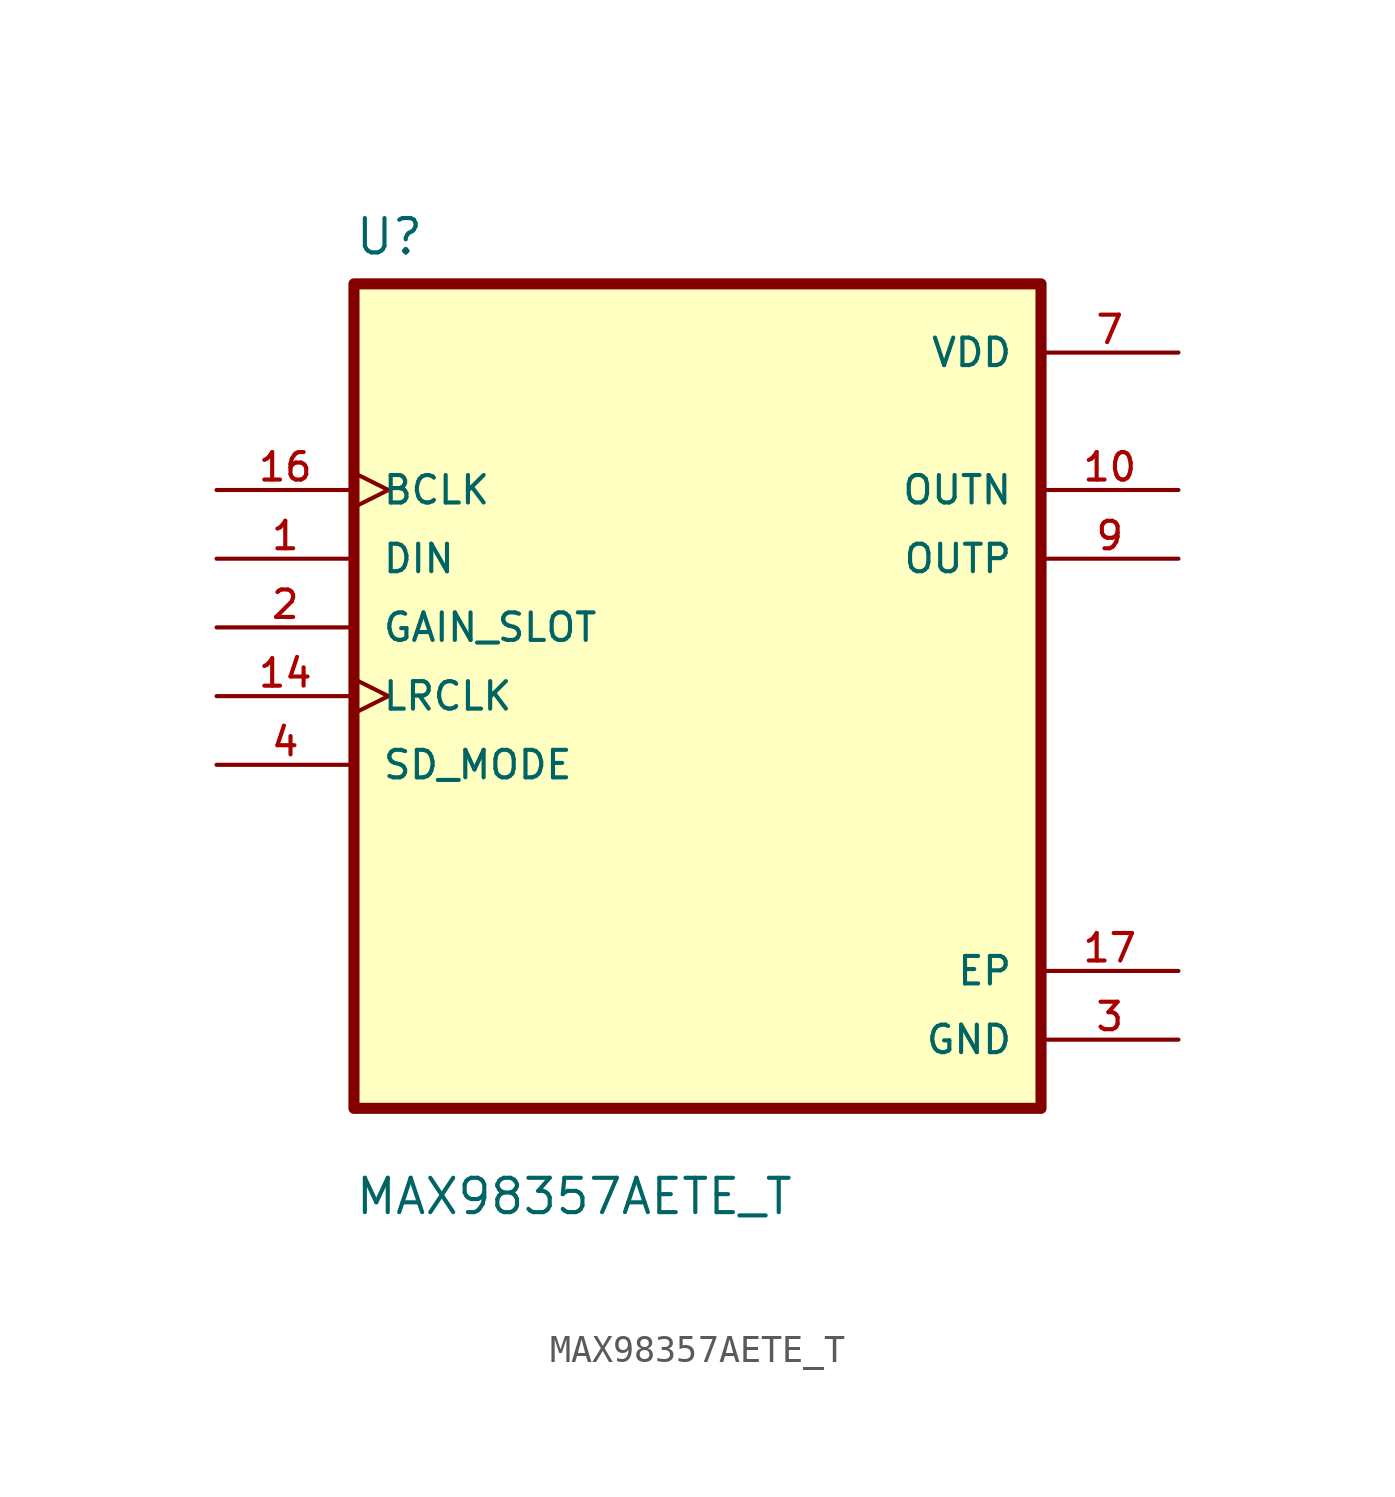
<source format=kicad_sym>
(kicad_symbol_lib
  (version 20211014)
  (generator kicad_symbol_editor)
  (symbol "MAX98357AETE_T"
    (pin_names
      (offset 1.016))
    (property "Reference" "U"
      (at -12.7 16.24 0.0)
      (effects (font (size 1.27 1.27)) (justify bottom left)))
    (property "Value" "MAX98357AETE_T"
      (at -12.7 -19.24 0.0)
      (effects (font (size 1.27 1.27)) (justify bottom left)))
    (symbol "MAX98357AETE_T_0_0"
      (rectangle (start -12.7 -15.24) (end 12.7 15.24) (stroke (width 0.41)) (fill (type background)))
      (pin input clock (at -17.78 7.62 0) (length 5.08) (name "BCLK" (effects (font (size 1.016 1.016)))) (number "16" (effects (font (size 1.016 1.016)))))
      (pin input line (at -17.78 5.08 0) (length 5.08) (name "DIN" (effects (font (size 1.016 1.016)))) (number "1" (effects (font (size 1.016 1.016)))))
      (pin input line (at -17.78 2.54 0) (length 5.08) (name "GAIN_SLOT" (effects (font (size 1.016 1.016)))) (number "2" (effects (font (size 1.016 1.016)))))
      (pin input clock (at -17.78 0.0 0) (length 5.08) (name "LRCLK" (effects (font (size 1.016 1.016)))) (number "14" (effects (font (size 1.016 1.016)))))
      (pin input line (at -17.78 -2.54 0) (length 5.08) (name "SD_MODE" (effects (font (size 1.016 1.016)))) (number "4" (effects (font (size 1.016 1.016)))))
      (pin power_in line (at 17.78 12.7 180.0) (length 5.08) (name "VDD" (effects (font (size 1.016 1.016)))) (number "7" (effects (font (size 1.016 1.016)))))
      (pin power_in line (at 17.78 12.7 180.0) (length 5.08) hide (name "VDD" (effects (font (size 1.016 1.016)))) (number "8" (effects (font (size 1.016 1.016)))))
      (pin output line (at 17.78 7.62 180.0) (length 5.08) (name "OUTN" (effects (font (size 1.016 1.016)))) (number "10" (effects (font (size 1.016 1.016)))))
      (pin output line (at 17.78 5.08 180.0) (length 5.08) (name "OUTP" (effects (font (size 1.016 1.016)))) (number "9" (effects (font (size 1.016 1.016)))))
      (pin power_in line (at 17.78 -10.16 180.0) (length 5.08) (name "EP" (effects (font (size 1.016 1.016)))) (number "17" (effects (font (size 1.016 1.016)))))
      (pin power_in line (at 17.78 -12.7 180.0) (length 5.08) (name "GND" (effects (font (size 1.016 1.016)))) (number "3" (effects (font (size 1.016 1.016)))))
      (pin power_in line (at 17.78 -12.7 180.0) (length 5.08) hide (name "GND" (effects (font (size 1.016 1.016)))) (number "11" (effects (font (size 1.016 1.016)))))
      (pin power_in line (at 17.78 -12.7 180.0) (length 5.08) hide (name "GND" (effects (font (size 1.016 1.016)))) (number "15" (effects (font (size 1.016 1.016))))))))
</source>
